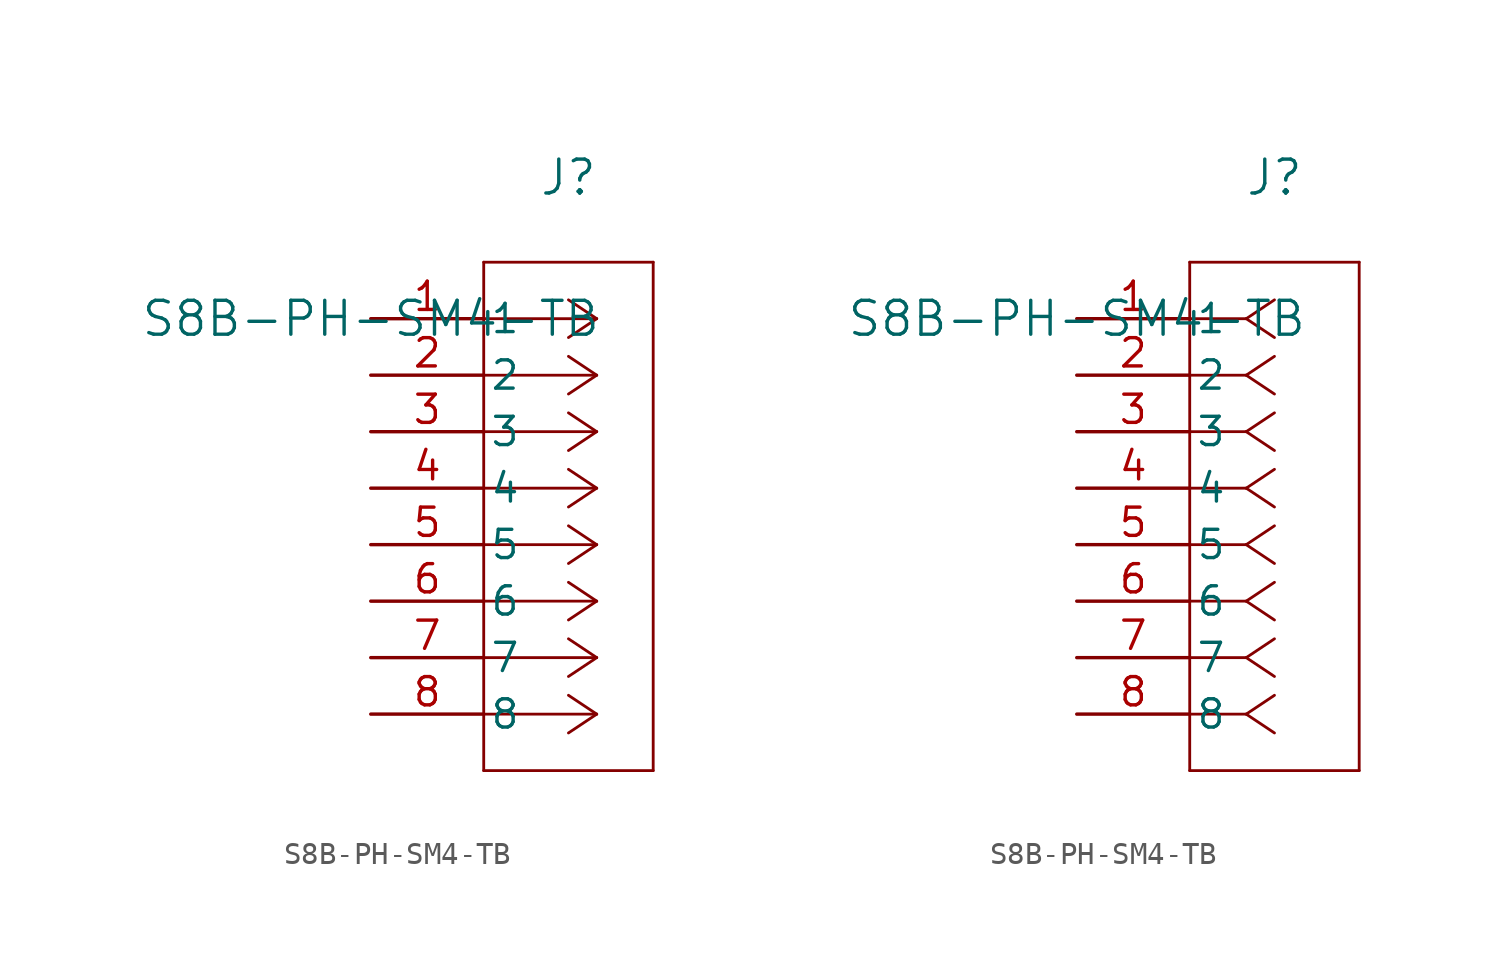
<source format=kicad_sym>
(kicad_symbol_lib
  (version 20211014)
  (generator kicad_symbol_editor)
  (symbol "S8B-PH-SM4-TB"
    (pin_names
      (offset 0.254))
    (property "Reference" "J"
      (at 8.89 6.35 0)
      (effects (font (size 1.524 1.524))))
    (property "Value" "S8B-PH-SM4-TB"
      (at 0 0 0)
      (effects (font (size 1.524 1.524))))
    (symbol "S8B-PH-SM4-TB_1_1"
      (polyline (pts (xy 10.16 0) (xy 5.08 0)) (stroke (width 0.127) (type default) (color 0 0 0 0)) (fill (type none)))
      (polyline (pts (xy 10.16 -2.54) (xy 5.08 -2.54)) (stroke (width 0.127) (type default) (color 0 0 0 0)) (fill (type none)))
      (polyline (pts (xy 10.16 -5.08) (xy 5.08 -5.08)) (stroke (width 0.127) (type default) (color 0 0 0 0)) (fill (type none)))
      (polyline (pts (xy 10.16 -7.62) (xy 5.08 -7.62)) (stroke (width 0.127) (type default) (color 0 0 0 0)) (fill (type none)))
      (polyline (pts (xy 10.16 -10.16) (xy 5.08 -10.16)) (stroke (width 0.127) (type default) (color 0 0 0 0)) (fill (type none)))
      (polyline (pts (xy 10.16 -12.7) (xy 5.08 -12.7)) (stroke (width 0.127) (type default) (color 0 0 0 0)) (fill (type none)))
      (polyline (pts (xy 10.16 -15.24) (xy 5.08 -15.24)) (stroke (width 0.127) (type default) (color 0 0 0 0)) (fill (type none)))
      (polyline (pts (xy 10.16 -17.78) (xy 5.08 -17.78)) (stroke (width 0.127) (type default) (color 0 0 0 0)) (fill (type none)))
      (polyline (pts (xy 10.16 0) (xy 8.89 0.847)) (stroke (width 0.127) (type default) (color 0 0 0 0)) (fill (type none)))
      (polyline (pts (xy 10.16 -2.54) (xy 8.89 -1.693)) (stroke (width 0.127) (type default) (color 0 0 0 0)) (fill (type none)))
      (polyline (pts (xy 10.16 -5.08) (xy 8.89 -4.233)) (stroke (width 0.127) (type default) (color 0 0 0 0)) (fill (type none)))
      (polyline (pts (xy 10.16 -7.62) (xy 8.89 -6.773)) (stroke (width 0.127) (type default) (color 0 0 0 0)) (fill (type none)))
      (polyline (pts (xy 10.16 -10.16) (xy 8.89 -9.313)) (stroke (width 0.127) (type default) (color 0 0 0 0)) (fill (type none)))
      (polyline (pts (xy 10.16 -12.7) (xy 8.89 -11.853)) (stroke (width 0.127) (type default) (color 0 0 0 0)) (fill (type none)))
      (polyline (pts (xy 10.16 -15.24) (xy 8.89 -14.393)) (stroke (width 0.127) (type default) (color 0 0 0 0)) (fill (type none)))
      (polyline (pts (xy 10.16 -17.78) (xy 8.89 -16.933)) (stroke (width 0.127) (type default) (color 0 0 0 0)) (fill (type none)))
      (polyline (pts (xy 10.16 0) (xy 8.89 -0.847)) (stroke (width 0.127) (type default) (color 0 0 0 0)) (fill (type none)))
      (polyline (pts (xy 10.16 -2.54) (xy 8.89 -3.387)) (stroke (width 0.127) (type default) (color 0 0 0 0)) (fill (type none)))
      (polyline (pts (xy 10.16 -5.08) (xy 8.89 -5.927)) (stroke (width 0.127) (type default) (color 0 0 0 0)) (fill (type none)))
      (polyline (pts (xy 10.16 -7.62) (xy 8.89 -8.467)) (stroke (width 0.127) (type default) (color 0 0 0 0)) (fill (type none)))
      (polyline (pts (xy 10.16 -10.16) (xy 8.89 -11.007)) (stroke (width 0.127) (type default) (color 0 0 0 0)) (fill (type none)))
      (polyline (pts (xy 10.16 -12.7) (xy 8.89 -13.547)) (stroke (width 0.127) (type default) (color 0 0 0 0)) (fill (type none)))
      (polyline (pts (xy 10.16 -15.24) (xy 8.89 -16.087)) (stroke (width 0.127) (type default) (color 0 0 0 0)) (fill (type none)))
      (polyline (pts (xy 10.16 -17.78) (xy 8.89 -18.627)) (stroke (width 0.127) (type default) (color 0 0 0 0)) (fill (type none)))
      (polyline (pts (xy 5.08 2.54) (xy 5.08 -20.32)) (stroke (width 0.127) (type default) (color 0 0 0 0)) (fill (type none)))
      (polyline (pts (xy 5.08 -20.32) (xy 12.7 -20.32)) (stroke (width 0.127) (type default) (color 0 0 0 0)) (fill (type none)))
      (polyline (pts (xy 12.7 -20.32) (xy 12.7 2.54)) (stroke (width 0.127) (type default) (color 0 0 0 0)) (fill (type none)))
      (polyline (pts (xy 12.7 2.54) (xy 5.08 2.54)) (stroke (width 0.127) (type default) (color 0 0 0 0)) (fill (type none)))
      (pin unspecified line (at 0 0 0) (length 5.08) (name "1" (effects (font (size 1.27 1.27)))) (number "1" (effects (font (size 1.27 1.27)))))
      (pin unspecified line (at 0 -2.54 0) (length 5.08) (name "2" (effects (font (size 1.27 1.27)))) (number "2" (effects (font (size 1.27 1.27)))))
      (pin unspecified line (at 0 -5.08 0) (length 5.08) (name "3" (effects (font (size 1.27 1.27)))) (number "3" (effects (font (size 1.27 1.27)))))
      (pin unspecified line (at 0 -7.62 0) (length 5.08) (name "4" (effects (font (size 1.27 1.27)))) (number "4" (effects (font (size 1.27 1.27)))))
      (pin unspecified line (at 0 -10.16 0) (length 5.08) (name "5" (effects (font (size 1.27 1.27)))) (number "5" (effects (font (size 1.27 1.27)))))
      (pin unspecified line (at 0 -12.7 0) (length 5.08) (name "6" (effects (font (size 1.27 1.27)))) (number "6" (effects (font (size 1.27 1.27)))))
      (pin unspecified line (at 0 -15.24 0) (length 5.08) (name "7" (effects (font (size 1.27 1.27)))) (number "7" (effects (font (size 1.27 1.27)))))
      (pin unspecified line (at 0 -17.78 0) (length 5.08) (name "8" (effects (font (size 1.27 1.27)))) (number "8" (effects (font (size 1.27 1.27))))))
    (symbol "S8B-PH-SM4-TB_1_2"
      (polyline (pts (xy 7.62 0) (xy 5.08 0)) (stroke (width 0.127) (type default) (color 0 0 0 0)) (fill (type none)))
      (polyline (pts (xy 7.62 -2.54) (xy 5.08 -2.54)) (stroke (width 0.127) (type default) (color 0 0 0 0)) (fill (type none)))
      (polyline (pts (xy 7.62 -5.08) (xy 5.08 -5.08)) (stroke (width 0.127) (type default) (color 0 0 0 0)) (fill (type none)))
      (polyline (pts (xy 7.62 -7.62) (xy 5.08 -7.62)) (stroke (width 0.127) (type default) (color 0 0 0 0)) (fill (type none)))
      (polyline (pts (xy 7.62 -10.16) (xy 5.08 -10.16)) (stroke (width 0.127) (type default) (color 0 0 0 0)) (fill (type none)))
      (polyline (pts (xy 7.62 -12.7) (xy 5.08 -12.7)) (stroke (width 0.127) (type default) (color 0 0 0 0)) (fill (type none)))
      (polyline (pts (xy 7.62 -15.24) (xy 5.08 -15.24)) (stroke (width 0.127) (type default) (color 0 0 0 0)) (fill (type none)))
      (polyline (pts (xy 7.62 -17.78) (xy 5.08 -17.78)) (stroke (width 0.127) (type default) (color 0 0 0 0)) (fill (type none)))
      (polyline (pts (xy 7.62 0) (xy 8.89 0.847)) (stroke (width 0.127) (type default) (color 0 0 0 0)) (fill (type none)))
      (polyline (pts (xy 7.62 -2.54) (xy 8.89 -1.693)) (stroke (width 0.127) (type default) (color 0 0 0 0)) (fill (type none)))
      (polyline (pts (xy 7.62 -5.08) (xy 8.89 -4.233)) (stroke (width 0.127) (type default) (color 0 0 0 0)) (fill (type none)))
      (polyline (pts (xy 7.62 -7.62) (xy 8.89 -6.773)) (stroke (width 0.127) (type default) (color 0 0 0 0)) (fill (type none)))
      (polyline (pts (xy 7.62 -10.16) (xy 8.89 -9.313)) (stroke (width 0.127) (type default) (color 0 0 0 0)) (fill (type none)))
      (polyline (pts (xy 7.62 -12.7) (xy 8.89 -11.853)) (stroke (width 0.127) (type default) (color 0 0 0 0)) (fill (type none)))
      (polyline (pts (xy 7.62 -15.24) (xy 8.89 -14.393)) (stroke (width 0.127) (type default) (color 0 0 0 0)) (fill (type none)))
      (polyline (pts (xy 7.62 -17.78) (xy 8.89 -16.933)) (stroke (width 0.127) (type default) (color 0 0 0 0)) (fill (type none)))
      (polyline (pts (xy 7.62 0) (xy 8.89 -0.847)) (stroke (width 0.127) (type default) (color 0 0 0 0)) (fill (type none)))
      (polyline (pts (xy 7.62 -2.54) (xy 8.89 -3.387)) (stroke (width 0.127) (type default) (color 0 0 0 0)) (fill (type none)))
      (polyline (pts (xy 7.62 -5.08) (xy 8.89 -5.927)) (stroke (width 0.127) (type default) (color 0 0 0 0)) (fill (type none)))
      (polyline (pts (xy 7.62 -7.62) (xy 8.89 -8.467)) (stroke (width 0.127) (type default) (color 0 0 0 0)) (fill (type none)))
      (polyline (pts (xy 7.62 -10.16) (xy 8.89 -11.007)) (stroke (width 0.127) (type default) (color 0 0 0 0)) (fill (type none)))
      (polyline (pts (xy 7.62 -12.7) (xy 8.89 -13.547)) (stroke (width 0.127) (type default) (color 0 0 0 0)) (fill (type none)))
      (polyline (pts (xy 7.62 -15.24) (xy 8.89 -16.087)) (stroke (width 0.127) (type default) (color 0 0 0 0)) (fill (type none)))
      (polyline (pts (xy 7.62 -17.78) (xy 8.89 -18.627)) (stroke (width 0.127) (type default) (color 0 0 0 0)) (fill (type none)))
      (polyline (pts (xy 5.08 2.54) (xy 5.08 -20.32)) (stroke (width 0.127) (type default) (color 0 0 0 0)) (fill (type none)))
      (polyline (pts (xy 5.08 -20.32) (xy 12.7 -20.32)) (stroke (width 0.127) (type default) (color 0 0 0 0)) (fill (type none)))
      (polyline (pts (xy 12.7 -20.32) (xy 12.7 2.54)) (stroke (width 0.127) (type default) (color 0 0 0 0)) (fill (type none)))
      (polyline (pts (xy 12.7 2.54) (xy 5.08 2.54)) (stroke (width 0.127) (type default) (color 0 0 0 0)) (fill (type none)))
      (pin unspecified line (at 0 0 0) (length 5.08) (name "1" (effects (font (size 1.27 1.27)))) (number "1" (effects (font (size 1.27 1.27)))))
      (pin unspecified line (at 0 -2.54 0) (length 5.08) (name "2" (effects (font (size 1.27 1.27)))) (number "2" (effects (font (size 1.27 1.27)))))
      (pin unspecified line (at 0 -5.08 0) (length 5.08) (name "3" (effects (font (size 1.27 1.27)))) (number "3" (effects (font (size 1.27 1.27)))))
      (pin unspecified line (at 0 -7.62 0) (length 5.08) (name "4" (effects (font (size 1.27 1.27)))) (number "4" (effects (font (size 1.27 1.27)))))
      (pin unspecified line (at 0 -10.16 0) (length 5.08) (name "5" (effects (font (size 1.27 1.27)))) (number "5" (effects (font (size 1.27 1.27)))))
      (pin unspecified line (at 0 -12.7 0) (length 5.08) (name "6" (effects (font (size 1.27 1.27)))) (number "6" (effects (font (size 1.27 1.27)))))
      (pin unspecified line (at 0 -15.24 0) (length 5.08) (name "7" (effects (font (size 1.27 1.27)))) (number "7" (effects (font (size 1.27 1.27)))))
      (pin unspecified line (at 0 -17.78 0) (length 5.08) (name "8" (effects (font (size 1.27 1.27)))) (number "8" (effects (font (size 1.27 1.27))))))))
</source>
